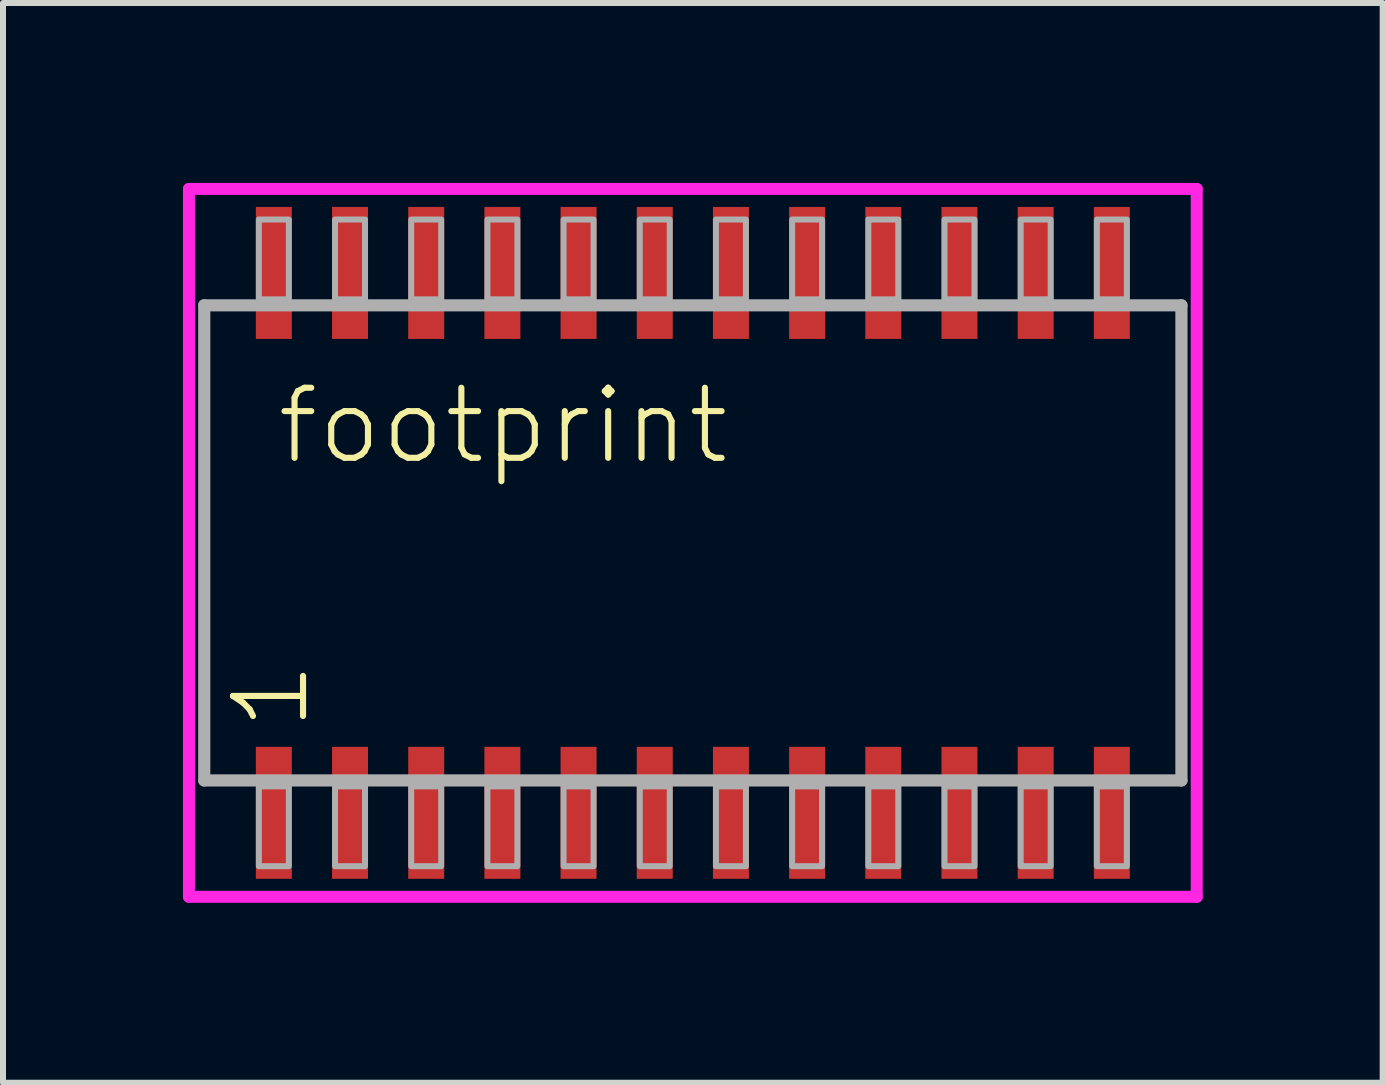
<source format=kicad_pcb>
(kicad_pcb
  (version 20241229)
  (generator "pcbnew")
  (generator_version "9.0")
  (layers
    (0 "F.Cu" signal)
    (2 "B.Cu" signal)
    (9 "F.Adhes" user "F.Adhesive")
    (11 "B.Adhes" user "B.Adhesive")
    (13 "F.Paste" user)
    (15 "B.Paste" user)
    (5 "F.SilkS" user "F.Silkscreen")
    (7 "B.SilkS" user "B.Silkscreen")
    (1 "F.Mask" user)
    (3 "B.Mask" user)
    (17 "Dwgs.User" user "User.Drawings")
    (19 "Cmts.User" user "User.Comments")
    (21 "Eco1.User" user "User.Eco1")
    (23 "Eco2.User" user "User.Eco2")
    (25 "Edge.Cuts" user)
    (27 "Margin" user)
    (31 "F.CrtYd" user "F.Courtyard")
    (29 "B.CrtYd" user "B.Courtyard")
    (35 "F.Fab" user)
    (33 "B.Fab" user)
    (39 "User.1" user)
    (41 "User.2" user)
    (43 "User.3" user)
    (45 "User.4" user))
  (footprint "footprint"
    (layer "F.Cu")
    (at 8.5 6)
    (property "Reference" "footprint" (at -6.985 -1.27 0) (layer "F.SilkS") (effects (font (size 1.168 1.168) (thickness 0.102)) (justify left bottom)))
    (fp_line (start -8.4 -5.9) (end 8.4 -5.9) (stroke (width 0.2) (type solid)) (layer "F.CrtYd"))
    (fp_line (start -8.4 5.9) (end -8.4 -5.9) (stroke (width 0.2) (type solid)) (layer "F.CrtYd"))
    (fp_line (start 8.4 -5.9) (end 8.4 5.9) (stroke (width 0.2) (type solid)) (layer "F.CrtYd"))
    (fp_line (start 8.4 5.9) (end -8.4 5.9) (stroke (width 0.2) (type solid)) (layer "F.CrtYd"))
    (fp_line (start -8.145 -3.96) (end 8.145 -3.96) (stroke (width 0.203) (type solid)) (layer "F.Fab"))
    (fp_line (start -8.145 3.96) (end -8.145 -3.96) (stroke (width 0.203) (type solid)) (layer "F.Fab"))
    (fp_line (start 8.145 -3.96) (end 8.145 3.96) (stroke (width 0.203) (type solid)) (layer "F.Fab"))
    (fp_line (start 8.145 3.96) (end -8.145 3.96) (stroke (width 0.203) (type solid)) (layer "F.Fab"))
    (fp_poly (pts (xy -7.235 -4.06) (xy -6.735 -4.06) (xy -6.735 -5.39) (xy -7.235 -5.39)) (stroke (width 0.1) (type solid)) (fill no) (layer "F.Fab"))
    (fp_poly (pts (xy -7.235 5.39) (xy -6.735 5.39) (xy -6.735 4.06) (xy -7.235 4.06)) (stroke (width 0.1) (type solid)) (fill no) (layer "F.Fab"))
    (fp_poly (pts (xy -5.965 -4.06) (xy -5.465 -4.06) (xy -5.465 -5.39) (xy -5.965 -5.39)) (stroke (width 0.1) (type solid)) (fill no) (layer "F.Fab"))
    (fp_poly (pts (xy -5.965 5.39) (xy -5.465 5.39) (xy -5.465 4.06) (xy -5.965 4.06)) (stroke (width 0.1) (type solid)) (fill no) (layer "F.Fab"))
    (fp_poly (pts (xy -4.695 -4.06) (xy -4.195 -4.06) (xy -4.195 -5.39) (xy -4.695 -5.39)) (stroke (width 0.1) (type solid)) (fill no) (layer "F.Fab"))
    (fp_poly (pts (xy -4.695 5.39) (xy -4.195 5.39) (xy -4.195 4.06) (xy -4.695 4.06)) (stroke (width 0.1) (type solid)) (fill no) (layer "F.Fab"))
    (fp_poly (pts (xy -3.425 -4.06) (xy -2.925 -4.06) (xy -2.925 -5.39) (xy -3.425 -5.39)) (stroke (width 0.1) (type solid)) (fill no) (layer "F.Fab"))
    (fp_poly (pts (xy -3.425 5.39) (xy -2.925 5.39) (xy -2.925 4.06) (xy -3.425 4.06)) (stroke (width 0.1) (type solid)) (fill no) (layer "F.Fab"))
    (fp_poly (pts (xy -2.155 -4.06) (xy -1.655 -4.06) (xy -1.655 -5.39) (xy -2.155 -5.39)) (stroke (width 0.1) (type solid)) (fill no) (layer "F.Fab"))
    (fp_poly (pts (xy -2.155 5.39) (xy -1.655 5.39) (xy -1.655 4.06) (xy -2.155 4.06)) (stroke (width 0.1) (type solid)) (fill no) (layer "F.Fab"))
    (fp_poly (pts (xy -0.885 -4.06) (xy -0.385 -4.06) (xy -0.385 -5.39) (xy -0.885 -5.39)) (stroke (width 0.1) (type solid)) (fill no) (layer "F.Fab"))
    (fp_poly (pts (xy -0.885 5.39) (xy -0.385 5.39) (xy -0.385 4.06) (xy -0.885 4.06)) (stroke (width 0.1) (type solid)) (fill no) (layer "F.Fab"))
    (fp_poly (pts (xy 0.385 -4.06) (xy 0.885 -4.06) (xy 0.885 -5.39) (xy 0.385 -5.39)) (stroke (width 0.1) (type solid)) (fill no) (layer "F.Fab"))
    (fp_poly (pts (xy 0.385 5.39) (xy 0.885 5.39) (xy 0.885 4.06) (xy 0.385 4.06)) (stroke (width 0.1) (type solid)) (fill no) (layer "F.Fab"))
    (fp_poly (pts (xy 1.655 -4.06) (xy 2.155 -4.06) (xy 2.155 -5.39) (xy 1.655 -5.39)) (stroke (width 0.1) (type solid)) (fill no) (layer "F.Fab"))
    (fp_poly (pts (xy 1.655 5.39) (xy 2.155 5.39) (xy 2.155 4.06) (xy 1.655 4.06)) (stroke (width 0.1) (type solid)) (fill no) (layer "F.Fab"))
    (fp_poly (pts (xy 2.925 -4.06) (xy 3.425 -4.06) (xy 3.425 -5.39) (xy 2.925 -5.39)) (stroke (width 0.1) (type solid)) (fill no) (layer "F.Fab"))
    (fp_poly (pts (xy 2.925 5.39) (xy 3.425 5.39) (xy 3.425 4.06) (xy 2.925 4.06)) (stroke (width 0.1) (type solid)) (fill no) (layer "F.Fab"))
    (fp_poly (pts (xy 4.195 -4.06) (xy 4.695 -4.06) (xy 4.695 -5.39) (xy 4.195 -5.39)) (stroke (width 0.1) (type solid)) (fill no) (layer "F.Fab"))
    (fp_poly (pts (xy 4.195 5.39) (xy 4.695 5.39) (xy 4.695 4.06) (xy 4.195 4.06)) (stroke (width 0.1) (type solid)) (fill no) (layer "F.Fab"))
    (fp_poly (pts (xy 5.465 -4.06) (xy 5.965 -4.06) (xy 5.965 -5.39) (xy 5.465 -5.39)) (stroke (width 0.1) (type solid)) (fill no) (layer "F.Fab"))
    (fp_poly (pts (xy 5.465 5.39) (xy 5.965 5.39) (xy 5.965 4.06) (xy 5.465 4.06)) (stroke (width 0.1) (type solid)) (fill no) (layer "F.Fab"))
    (fp_poly (pts (xy 6.735 -4.06) (xy 7.235 -4.06) (xy 7.235 -5.39) (xy 6.735 -5.39)) (stroke (width 0.1) (type solid)) (fill no) (layer "F.Fab"))
    (fp_poly (pts (xy 6.735 5.39) (xy 7.235 5.39) (xy 7.235 4.06) (xy 6.735 4.06)) (stroke (width 0.1) (type solid)) (fill no) (layer "F.Fab"))
    (fp_text user "1" (at -6.35 3.175 90) (layer "F.SilkS") (effects (font (size 1.168 1.168) (thickness 0.102)) (justify left bottom)))
    (pad "1" smd rect (at -6.985 4.5) (size 0.6 2.2) (layers "F.Cu" "F.Mask" "F.Paste"))
    (pad "2" smd rect (at -5.715 4.5) (size 0.6 2.2) (layers "F.Cu" "F.Mask" "F.Paste"))
    (pad "3" smd rect (at -4.445 4.5) (size 0.6 2.2) (layers "F.Cu" "F.Mask" "F.Paste"))
    (pad "4" smd rect (at -3.175 4.5) (size 0.6 2.2) (layers "F.Cu" "F.Mask" "F.Paste"))
    (pad "5" smd rect (at -1.905 4.5) (size 0.6 2.2) (layers "F.Cu" "F.Mask" "F.Paste"))
    (pad "6" smd rect (at -0.635 4.5) (size 0.6 2.2) (layers "F.Cu" "F.Mask" "F.Paste"))
    (pad "7" smd rect (at 0.635 4.5) (size 0.6 2.2) (layers "F.Cu" "F.Mask" "F.Paste"))
    (pad "8" smd rect (at 1.905 4.5) (size 0.6 2.2) (layers "F.Cu" "F.Mask" "F.Paste"))
    (pad "9" smd rect (at 3.175 4.5) (size 0.6 2.2) (layers "F.Cu" "F.Mask" "F.Paste"))
    (pad "10" smd rect (at 4.445 4.5) (size 0.6 2.2) (layers "F.Cu" "F.Mask" "F.Paste"))
    (pad "11" smd rect (at 5.715 4.5) (size 0.6 2.2) (layers "F.Cu" "F.Mask" "F.Paste"))
    (pad "12" smd rect (at 6.985 4.5) (size 0.6 2.2) (layers "F.Cu" "F.Mask" "F.Paste"))
    (pad "13" smd rect (at 6.985 -4.5) (size 0.6 2.2) (layers "F.Cu" "F.Mask" "F.Paste"))
    (pad "14" smd rect (at 5.715 -4.5) (size 0.6 2.2) (layers "F.Cu" "F.Mask" "F.Paste"))
    (pad "15" smd rect (at 4.445 -4.5) (size 0.6 2.2) (layers "F.Cu" "F.Mask" "F.Paste"))
    (pad "16" smd rect (at 3.175 -4.5) (size 0.6 2.2) (layers "F.Cu" "F.Mask" "F.Paste"))
    (pad "17" smd rect (at 1.905 -4.5) (size 0.6 2.2) (layers "F.Cu" "F.Mask" "F.Paste"))
    (pad "18" smd rect (at 0.635 -4.5) (size 0.6 2.2) (layers "F.Cu" "F.Mask" "F.Paste"))
    (pad "19" smd rect (at -0.635 -4.5) (size 0.6 2.2) (layers "F.Cu" "F.Mask" "F.Paste"))
    (pad "20" smd rect (at -1.905 -4.5) (size 0.6 2.2) (layers "F.Cu" "F.Mask" "F.Paste"))
    (pad "21" smd rect (at -3.175 -4.5) (size 0.6 2.2) (layers "F.Cu" "F.Mask" "F.Paste"))
    (pad "22" smd rect (at -4.445 -4.5) (size 0.6 2.2) (layers "F.Cu" "F.Mask" "F.Paste"))
    (pad "23" smd rect (at -5.715 -4.5) (size 0.6 2.2) (layers "F.Cu" "F.Mask" "F.Paste"))
    (pad "24" smd rect (at -6.985 -4.5) (size 0.6 2.2) (layers "F.Cu" "F.Mask" "F.Paste")))
  (gr_rect
    (start -3 -3)
    (end 20 15)
    (stroke (width 0.1) (type default))
    (fill no)
    (layer "Edge.Cuts")))
</source>
